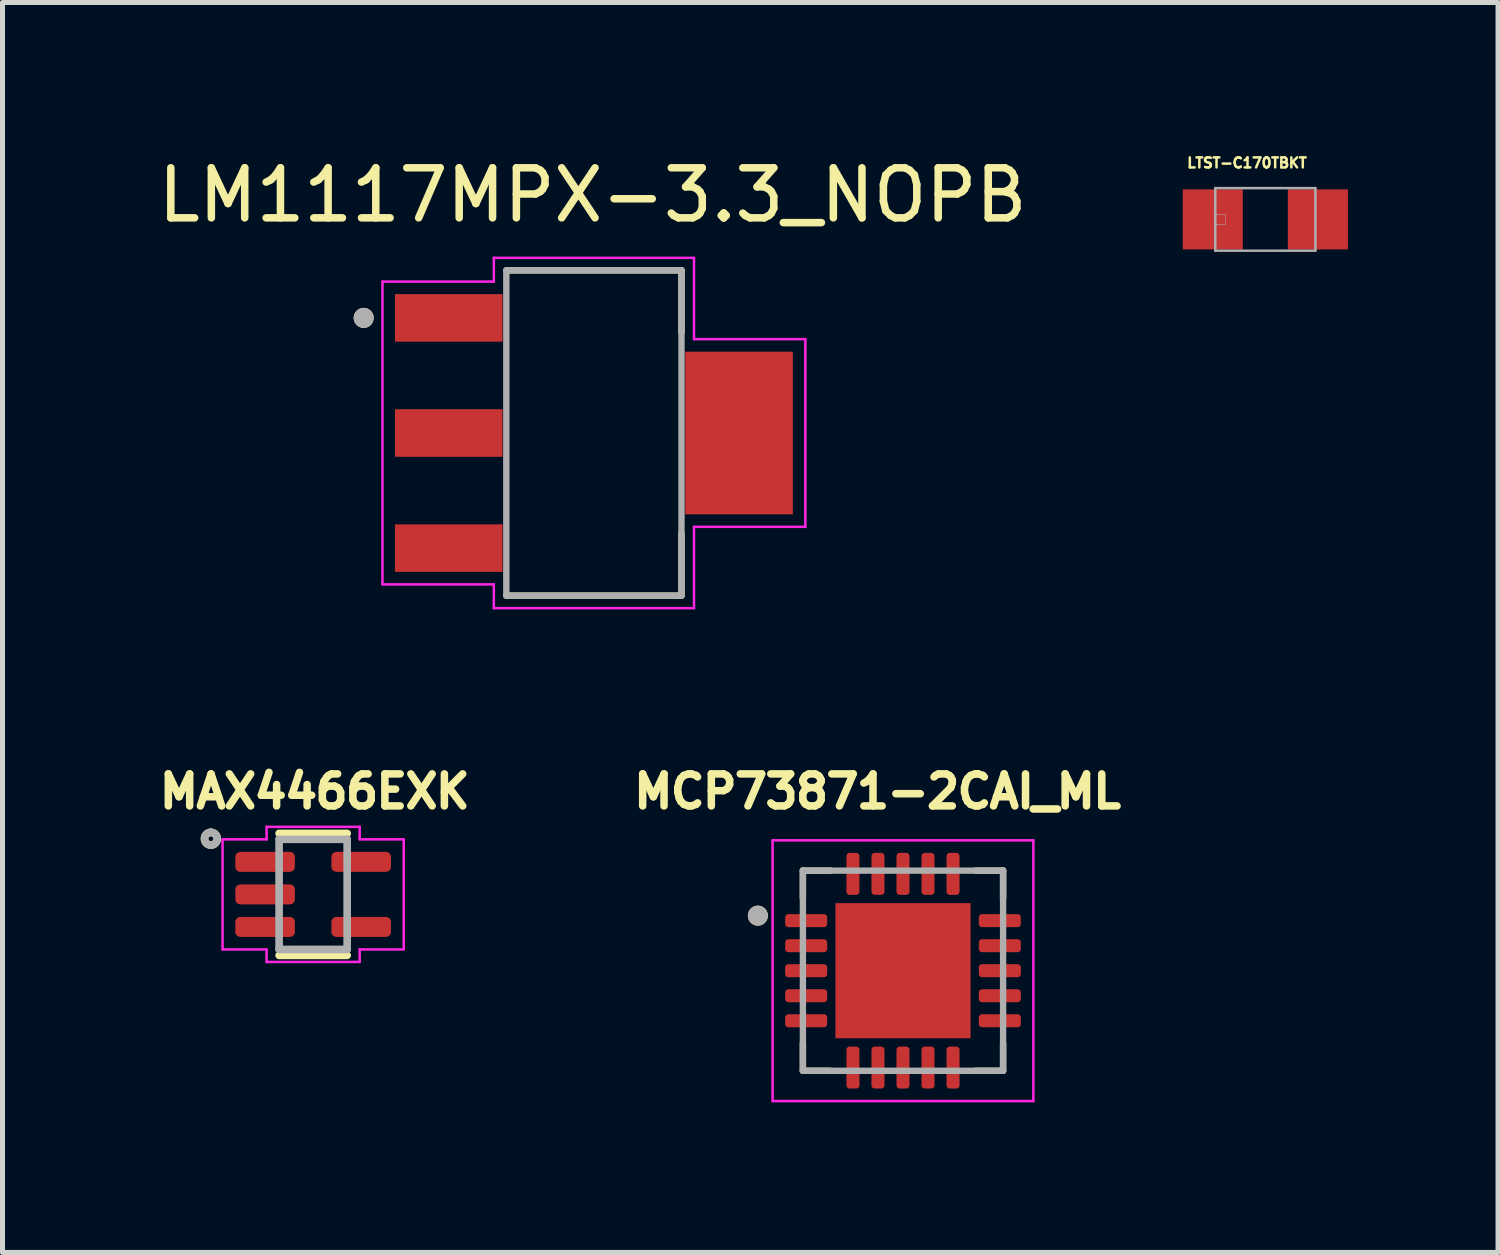
<source format=kicad_pcb>
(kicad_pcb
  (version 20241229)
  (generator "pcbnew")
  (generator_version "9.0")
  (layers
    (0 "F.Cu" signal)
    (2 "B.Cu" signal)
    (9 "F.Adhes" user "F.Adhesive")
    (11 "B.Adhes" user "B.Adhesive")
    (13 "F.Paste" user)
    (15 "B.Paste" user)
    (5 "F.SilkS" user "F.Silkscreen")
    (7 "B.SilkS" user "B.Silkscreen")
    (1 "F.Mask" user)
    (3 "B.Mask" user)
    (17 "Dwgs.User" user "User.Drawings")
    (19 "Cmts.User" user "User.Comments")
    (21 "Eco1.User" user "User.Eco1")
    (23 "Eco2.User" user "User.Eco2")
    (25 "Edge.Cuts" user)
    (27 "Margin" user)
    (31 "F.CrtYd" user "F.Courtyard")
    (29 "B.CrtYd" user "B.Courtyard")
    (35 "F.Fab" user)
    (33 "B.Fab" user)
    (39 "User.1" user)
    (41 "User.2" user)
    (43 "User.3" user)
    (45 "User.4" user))
  (footprint "LM1117MPX-3.3_NOPB"
    (layer "F.Cu")
    (at 8.817 5.602)
    (property "Reference" "LM1117MPX-3.3_NOPB" (at -0.025 -4.754 0) (layer "F.SilkS") (effects (font (size 1 1) (thickness 0.15))))
    (attr smd)
    (fp_line (start -1.75 -3.25) (end 1.75 -3.25) (stroke (width 0.127) (type solid)) (layer "F.SilkS"))
    (fp_line (start -1.75 3.25) (end 1.75 3.25) (stroke (width 0.127) (type solid)) (layer "F.SilkS"))
    (fp_line (start 1.75 -3.25) (end 1.75 -2.01) (stroke (width 0.127) (type solid)) (layer "F.SilkS"))
    (fp_line (start 1.75 3.25) (end 1.75 2.01) (stroke (width 0.127) (type solid)) (layer "F.SilkS"))
    (fp_circle (center -4.6 -2.3) (end -4.5 -2.3) (stroke (width 0.2) (type solid)) (fill no) (layer "F.SilkS"))
    (fp_line (start -4.225 -3.025) (end -4.225 3.025) (stroke (width 0.05) (type solid)) (layer "F.CrtYd"))
    (fp_line (start -4.225 3.025) (end -2 3.025) (stroke (width 0.05) (type solid)) (layer "F.CrtYd"))
    (fp_line (start -2 -3.5) (end -2 -3.025) (stroke (width 0.05) (type solid)) (layer "F.CrtYd"))
    (fp_line (start -2 -3.025) (end -4.225 -3.025) (stroke (width 0.05) (type solid)) (layer "F.CrtYd"))
    (fp_line (start -2 3.025) (end -2 3.5) (stroke (width 0.05) (type solid)) (layer "F.CrtYd"))
    (fp_line (start -2 3.5) (end 2 3.5) (stroke (width 0.05) (type solid)) (layer "F.CrtYd"))
    (fp_line (start 2 -3.5) (end -2 -3.5) (stroke (width 0.05) (type solid)) (layer "F.CrtYd"))
    (fp_line (start 2 -1.875) (end 2 -3.5) (stroke (width 0.05) (type solid)) (layer "F.CrtYd"))
    (fp_line (start 2 1.875) (end 4.225 1.875) (stroke (width 0.05) (type solid)) (layer "F.CrtYd"))
    (fp_line (start 2 3.5) (end 2 1.875) (stroke (width 0.05) (type solid)) (layer "F.CrtYd"))
    (fp_line (start 4.225 -1.875) (end 2 -1.875) (stroke (width 0.05) (type solid)) (layer "F.CrtYd"))
    (fp_line (start 4.225 1.875) (end 4.225 -1.875) (stroke (width 0.05) (type solid)) (layer "F.CrtYd"))
    (fp_line (start -1.75 -3.25) (end -1.75 3.25) (stroke (width 0.127) (type solid)) (layer "F.Fab"))
    (fp_line (start 1.75 -3.25) (end -1.75 -3.25) (stroke (width 0.127) (type solid)) (layer "F.Fab"))
    (fp_line (start 1.75 -3.25) (end 1.75 3.25) (stroke (width 0.127) (type solid)) (layer "F.Fab"))
    (fp_line (start 1.75 3.25) (end -1.75 3.25) (stroke (width 0.127) (type solid)) (layer "F.Fab"))
    (fp_circle (center -4.6 -2.3) (end -4.5 -2.3) (stroke (width 0.2) (type solid)) (fill no) (layer "F.Fab"))
    (pad "1" smd rect (at -2.9 -2.3) (size 2.15 0.95) (layers "F.Cu" "F.Mask" "F.Paste"))
    (pad "2" smd rect (at -2.9 0) (size 2.15 0.95) (layers "F.Cu" "F.Mask" "F.Paste"))
    (pad "3" smd rect (at -2.9 2.3) (size 2.15 0.95) (layers "F.Cu" "F.Mask" "F.Paste"))
    (pad "4" smd rect (at 2.9 0) (size 2.15 3.25) (layers "F.Cu" "F.Mask" "F.Paste")))
  (footprint "LTST-C170TBKT"
    (layer "F.Cu")
    (at 22.233 1.334)
    (property "Reference" "LTST-C170TBKT" (at -0.366 -1.129 0) (layer "F.SilkS") (effects (font (size 0.2 0.2) (thickness 0.15))))
    (attr smd)
    (fp_line (start -1 -0.625) (end -1 0.625) (stroke (width 0.05) (type solid)) (layer "F.Fab"))
    (fp_line (start -1 0.625) (end 1 0.625) (stroke (width 0.05) (type solid)) (layer "F.Fab"))
    (fp_line (start 1 -0.625) (end -1 -0.625) (stroke (width 0.05) (type solid)) (layer "F.Fab"))
    (fp_line (start 1 0.625) (end 1 -0.625) (stroke (width 0.05) (type solid)) (layer "F.Fab"))
    (fp_poly (pts (xy -1.002 -0.1) (xy -0.8 -0.1) (xy -0.8 0.1) (xy -1.002 0.1)) (stroke (width 0.01) (type solid)) (fill no) (layer "F.Fab"))
    (pad "+" smd rect (at 1.05 0) (size 1.2 1.2) (layers "F.Cu" "F.Mask" "F.Paste"))
    (pad "-" smd rect (at -1.05 0) (size 1.2 1.2) (layers "F.Cu" "F.Mask" "F.Paste")))
  (footprint "MAX4466EXK"
    (layer "F.Cu")
    (at 3.207 14.821)
    (property "Reference" "MAX4466EXK" (at 0.032 -2.056 0) (layer "F.SilkS") (effects (font (size 0.64 0.64) (thickness 0.15))))
    (attr smd)
    (fp_line (start -0.68 1.219) (end 0.68 1.219) (stroke (width 0.152) (type solid)) (layer "F.SilkS"))
    (fp_line (start 0.68 -1.219) (end -0.68 -1.219) (stroke (width 0.152) (type solid)) (layer "F.SilkS"))
    (fp_arc (start -2.0438 -1.2392) (mid -1.9168 -1.1122) (end -2.0438 -0.9852) (stroke (width 0.1524) (type solid)) (layer "F.SilkS"))
    (fp_arc (start -2.0438 -0.9852) (mid -2.1708 -1.1122) (end -2.0438 -1.2392) (stroke (width 0.1524) (type solid)) (layer "F.SilkS"))
    (fp_line (start -1.81 -1.1) (end -0.93 -1.1) (stroke (width 0.05) (type solid)) (layer "F.CrtYd"))
    (fp_line (start -1.81 1.1) (end -1.81 -1.1) (stroke (width 0.05) (type solid)) (layer "F.CrtYd"))
    (fp_line (start -0.93 -1.35) (end 0.93 -1.35) (stroke (width 0.05) (type solid)) (layer "F.CrtYd"))
    (fp_line (start -0.93 -1.1) (end -0.93 -1.35) (stroke (width 0.05) (type solid)) (layer "F.CrtYd"))
    (fp_line (start -0.93 1.1) (end -1.81 1.1) (stroke (width 0.05) (type solid)) (layer "F.CrtYd"))
    (fp_line (start -0.93 1.35) (end -0.93 1.1) (stroke (width 0.05) (type solid)) (layer "F.CrtYd"))
    (fp_line (start 0.93 -1.35) (end 0.93 -1.1) (stroke (width 0.05) (type solid)) (layer "F.CrtYd"))
    (fp_line (start 0.93 -1.1) (end 1.81 -1.1) (stroke (width 0.05) (type solid)) (layer "F.CrtYd"))
    (fp_line (start 0.93 1.1) (end 0.93 1.35) (stroke (width 0.05) (type solid)) (layer "F.CrtYd"))
    (fp_line (start 0.93 1.35) (end -0.93 1.35) (stroke (width 0.05) (type solid)) (layer "F.CrtYd"))
    (fp_line (start 1.81 -1.1) (end 1.81 1.1) (stroke (width 0.05) (type solid)) (layer "F.CrtYd"))
    (fp_line (start 1.81 1.1) (end 0.93 1.1) (stroke (width 0.05) (type solid)) (layer "F.CrtYd"))
    (fp_line (start -0.68 -1.1) (end -0.68 1.1) (stroke (width 0.152) (type solid)) (layer "F.Fab"))
    (fp_line (start -0.68 1.1) (end 0.68 1.1) (stroke (width 0.152) (type solid)) (layer "F.Fab"))
    (fp_line (start 0.68 -1.1) (end -0.68 -1.1) (stroke (width 0.152) (type solid)) (layer "F.Fab"))
    (fp_line (start 0.68 1.1) (end 0.68 -1.1) (stroke (width 0.152) (type solid)) (layer "F.Fab"))
    (fp_arc (start -2.0438 -1.2392) (mid -1.9168 -1.1122) (end -2.0438 -0.9852) (stroke (width 0.1524) (type solid)) (layer "F.Fab"))
    (fp_arc (start -2.0438 -0.9852) (mid -2.1708 -1.1122) (end -2.0438 -1.2392) (stroke (width 0.1524) (type solid)) (layer "F.Fab"))
    (pad "1" smd roundrect (at -0.96 -0.65) (size 1.19 0.4) (layers "F.Cu" "F.Mask" "F.Paste") (roundrect_rratio 0.25))
    (pad "2" smd roundrect (at -0.96 0) (size 1.19 0.4) (layers "F.Cu" "F.Mask" "F.Paste") (roundrect_rratio 0.25))
    (pad "3" smd roundrect (at -0.96 0.65) (size 1.19 0.4) (layers "F.Cu" "F.Mask" "F.Paste") (roundrect_rratio 0.25))
    (pad "4" smd roundrect (at 0.96 0.65) (size 1.19 0.4) (layers "F.Cu" "F.Mask" "F.Paste") (roundrect_rratio 0.25))
    (pad "5" smd roundrect (at 0.96 -0.65) (size 1.19 0.4) (layers "F.Cu" "F.Mask" "F.Paste") (roundrect_rratio 0.25)))
  (footprint "MCP73871-2CAI_ML"
    (layer "F.Cu")
    (at 14.993 16.346)
    (property "Reference" "MCP73871-2CAI_ML" (at -0.508 -3.581 0) (layer "F.SilkS") (effects (font (size 0.64 0.64) (thickness 0.15))))
    (attr smd)
    (fp_line (start -2 -2) (end -2 -1.45) (stroke (width 0.127) (type solid)) (layer "F.SilkS"))
    (fp_line (start -2 -2) (end -1.45 -2) (stroke (width 0.127) (type solid)) (layer "F.SilkS"))
    (fp_line (start -2 2) (end -2 1.45) (stroke (width 0.127) (type solid)) (layer "F.SilkS"))
    (fp_line (start -2 2) (end -1.45 2) (stroke (width 0.127) (type solid)) (layer "F.SilkS"))
    (fp_line (start 1.45 -2) (end 2 -2) (stroke (width 0.127) (type solid)) (layer "F.SilkS"))
    (fp_line (start 2 -2) (end 2 -1.45) (stroke (width 0.127) (type solid)) (layer "F.SilkS"))
    (fp_line (start 2 1.45) (end 2 2) (stroke (width 0.127) (type solid)) (layer "F.SilkS"))
    (fp_line (start 2 2) (end 1.45 2) (stroke (width 0.127) (type solid)) (layer "F.SilkS"))
    (fp_circle (center -2.9 -1.1) (end -2.8 -1.1) (stroke (width 0.2) (type solid)) (fill no) (layer "F.SilkS"))
    (fp_poly (pts (xy -1.09 -1.09) (xy -0.13 -1.09) (xy -0.13 -0.13) (xy -1.09 -0.13)) (stroke (width 0.01) (type solid)) (fill yes) (layer "F.Paste"))
    (fp_poly (pts (xy -1.09 0.13) (xy -0.13 0.13) (xy -0.13 1.09) (xy -1.09 1.09)) (stroke (width 0.01) (type solid)) (fill yes) (layer "F.Paste"))
    (fp_poly (pts (xy 0.13 -1.09) (xy 1.09 -1.09) (xy 1.09 -0.13) (xy 0.13 -0.13)) (stroke (width 0.01) (type solid)) (fill yes) (layer "F.Paste"))
    (fp_poly (pts (xy 0.13 0.13) (xy 1.09 0.13) (xy 1.09 1.09) (xy 0.13 1.09)) (stroke (width 0.01) (type solid)) (fill yes) (layer "F.Paste"))
    (fp_line (start -2.605 -2.605) (end 2.605 -2.605) (stroke (width 0.05) (type solid)) (layer "F.CrtYd"))
    (fp_line (start -2.605 2.605) (end -2.605 -2.605) (stroke (width 0.05) (type solid)) (layer "F.CrtYd"))
    (fp_line (start 2.605 -2.605) (end 2.605 2.605) (stroke (width 0.05) (type solid)) (layer "F.CrtYd"))
    (fp_line (start 2.605 2.605) (end -2.605 2.605) (stroke (width 0.05) (type solid)) (layer "F.CrtYd"))
    (fp_line (start -2 -2) (end -2 2) (stroke (width 0.127) (type solid)) (layer "F.Fab"))
    (fp_line (start -2 2) (end 2 2) (stroke (width 0.127) (type solid)) (layer "F.Fab"))
    (fp_line (start 2 -2) (end -2 -2) (stroke (width 0.127) (type solid)) (layer "F.Fab"))
    (fp_line (start 2 2) (end 2 -2) (stroke (width 0.127) (type solid)) (layer "F.Fab"))
    (fp_circle (center -2.9 -1.1) (end -2.8 -1.1) (stroke (width 0.2) (type solid)) (fill no) (layer "F.Fab"))
    (pad "1" smd roundrect (at -1.935 -1) (size 0.84 0.26) (layers "F.Cu" "F.Mask" "F.Paste") (roundrect_rratio 0.25))
    (pad "2" smd roundrect (at -1.935 -0.5) (size 0.84 0.26) (layers "F.Cu" "F.Mask" "F.Paste") (roundrect_rratio 0.25))
    (pad "3" smd roundrect (at -1.935 0) (size 0.84 0.26) (layers "F.Cu" "F.Mask" "F.Paste") (roundrect_rratio 0.25))
    (pad "4" smd roundrect (at -1.935 0.5) (size 0.84 0.26) (layers "F.Cu" "F.Mask" "F.Paste") (roundrect_rratio 0.25))
    (pad "5" smd roundrect (at -1.935 1) (size 0.84 0.26) (layers "F.Cu" "F.Mask" "F.Paste") (roundrect_rratio 0.25))
    (pad "6" smd roundrect (at -1 1.935) (size 0.26 0.84) (layers "F.Cu" "F.Mask" "F.Paste") (roundrect_rratio 0.25))
    (pad "7" smd roundrect (at -0.5 1.935) (size 0.26 0.84) (layers "F.Cu" "F.Mask" "F.Paste") (roundrect_rratio 0.25))
    (pad "8" smd roundrect (at 0 1.935) (size 0.26 0.84) (layers "F.Cu" "F.Mask" "F.Paste") (roundrect_rratio 0.25))
    (pad "9" smd roundrect (at 0.5 1.935) (size 0.26 0.84) (layers "F.Cu" "F.Mask" "F.Paste") (roundrect_rratio 0.25))
    (pad "10" smd roundrect (at 1 1.935) (size 0.26 0.84) (layers "F.Cu" "F.Mask" "F.Paste") (roundrect_rratio 0.25))
    (pad "11" smd roundrect (at 1.935 1) (size 0.84 0.26) (layers "F.Cu" "F.Mask" "F.Paste") (roundrect_rratio 0.25))
    (pad "12" smd roundrect (at 1.935 0.5) (size 0.84 0.26) (layers "F.Cu" "F.Mask" "F.Paste") (roundrect_rratio 0.25))
    (pad "13" smd roundrect (at 1.935 0) (size 0.84 0.26) (layers "F.Cu" "F.Mask" "F.Paste") (roundrect_rratio 0.25))
    (pad "14" smd roundrect (at 1.935 -0.5) (size 0.84 0.26) (layers "F.Cu" "F.Mask" "F.Paste") (roundrect_rratio 0.25))
    (pad "15" smd roundrect (at 1.935 -1) (size 0.84 0.26) (layers "F.Cu" "F.Mask" "F.Paste") (roundrect_rratio 0.25))
    (pad "16" smd roundrect (at 1 -1.935) (size 0.26 0.84) (layers "F.Cu" "F.Mask" "F.Paste") (roundrect_rratio 0.25))
    (pad "17" smd roundrect (at 0.5 -1.935) (size 0.26 0.84) (layers "F.Cu" "F.Mask" "F.Paste") (roundrect_rratio 0.25))
    (pad "18" smd roundrect (at 0 -1.935) (size 0.26 0.84) (layers "F.Cu" "F.Mask" "F.Paste") (roundrect_rratio 0.25))
    (pad "19" smd roundrect (at -0.5 -1.935) (size 0.26 0.84) (layers "F.Cu" "F.Mask" "F.Paste") (roundrect_rratio 0.25))
    (pad "20" smd roundrect (at -1 -1.935) (size 0.26 0.84) (layers "F.Cu" "F.Mask" "F.Paste") (roundrect_rratio 0.25))
    (pad "21" smd rect (at 0 0) (size 2.7 2.7) (layers "F.Cu" "F.Mask")))
  (gr_rect
    (start -3 -3)
    (end 26.883 21.976)
    (stroke (width 0.1) (type default))
    (fill no)
    (layer "Edge.Cuts")))
</source>
